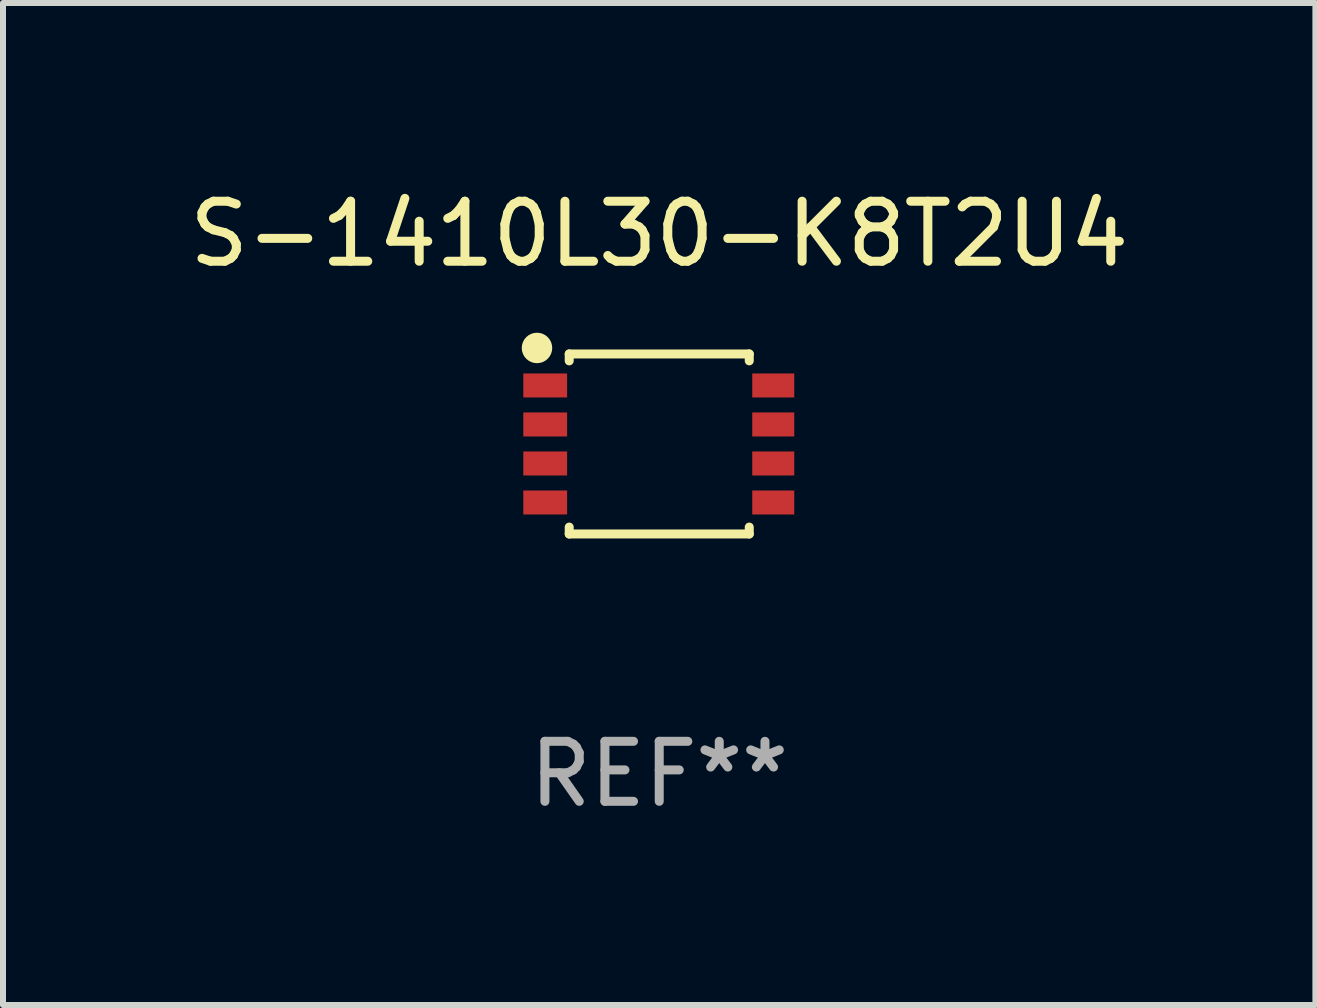
<source format=kicad_pcb>
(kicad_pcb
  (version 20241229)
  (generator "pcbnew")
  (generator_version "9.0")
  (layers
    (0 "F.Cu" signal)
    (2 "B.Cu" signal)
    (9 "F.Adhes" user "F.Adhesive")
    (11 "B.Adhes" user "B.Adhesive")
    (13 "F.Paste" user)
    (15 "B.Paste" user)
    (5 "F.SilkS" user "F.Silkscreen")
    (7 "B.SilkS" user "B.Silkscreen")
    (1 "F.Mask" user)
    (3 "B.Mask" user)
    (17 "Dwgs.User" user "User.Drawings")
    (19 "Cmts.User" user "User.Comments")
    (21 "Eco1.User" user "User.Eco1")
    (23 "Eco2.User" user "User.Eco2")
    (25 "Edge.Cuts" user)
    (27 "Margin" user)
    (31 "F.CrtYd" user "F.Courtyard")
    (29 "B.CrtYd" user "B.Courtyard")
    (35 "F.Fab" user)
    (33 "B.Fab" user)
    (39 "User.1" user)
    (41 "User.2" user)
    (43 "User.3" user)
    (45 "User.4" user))
  (footprint "S-1410L30-K8T2U4"
    (layer "F.Cu")
    (at 7.935 4.348)
    (property "Reference" "S-1410L30-K8T2U4" (at 0 -3.5 0) (layer "F.SilkS") (effects (font (size 1 1) (thickness 0.15))))
    (attr through_hole)
    (fp_line (start -1.5 -1.5) (end 1.5 -1.5) (stroke (width 0.15) (type solid)) (layer "F.SilkS"))
    (fp_line (start -1.5 -1.385) (end -1.5 -1.5) (stroke (width 0.15) (type solid)) (layer "F.SilkS"))
    (fp_line (start -1.5 1.5) (end -1.5 1.385) (stroke (width 0.15) (type solid)) (layer "F.SilkS"))
    (fp_line (start 1.5 -1.5) (end 1.5 -1.385) (stroke (width 0.15) (type solid)) (layer "F.SilkS"))
    (fp_line (start 1.5 1.385) (end 1.5 1.5) (stroke (width 0.15) (type solid)) (layer "F.SilkS"))
    (fp_line (start 1.5 1.5) (end -1.5 1.5) (stroke (width 0.15) (type solid)) (layer "F.SilkS"))
    (fp_circle (center -2.037 -1.6) (end -1.91 -1.6) (stroke (width 0.254) (type solid)) (fill no) (layer "F.SilkS"))
    (fp_text user "REF**" (at 0 5.5 0) (layer "F.Fab") (effects (font (size 1 1) (thickness 0.15))))
    (pad "1" smd rect (at -1.9 -0.975 180) (size 0.73 0.4) (layers "F.Cu" "F.Mask" "F.Paste"))
    (pad "2" smd rect (at -1.9 -0.325 180) (size 0.73 0.4) (layers "F.Cu" "F.Mask" "F.Paste"))
    (pad "3" smd rect (at -1.9 0.325 180) (size 0.73 0.4) (layers "F.Cu" "F.Mask" "F.Paste"))
    (pad "4" smd rect (at -1.9 0.975 180) (size 0.73 0.4) (layers "F.Cu" "F.Mask" "F.Paste"))
    (pad "5" smd rect (at 1.9 0.975 180) (size 0.7 0.4) (layers "F.Cu" "F.Mask" "F.Paste"))
    (pad "6" smd rect (at 1.9 0.325 180) (size 0.7 0.4) (layers "F.Cu" "F.Mask" "F.Paste"))
    (pad "7" smd rect (at 1.9 -0.325 180) (size 0.7 0.4) (layers "F.Cu" "F.Mask" "F.Paste"))
    (pad "8" smd rect (at 1.9 -0.975 180) (size 0.7 0.4) (layers "F.Cu" "F.Mask" "F.Paste")))
  (gr_rect
    (start -3 -3)
    (end 18.869 13.697)
    (stroke (width 0.1) (type default))
    (fill no)
    (layer "Edge.Cuts")))
</source>
